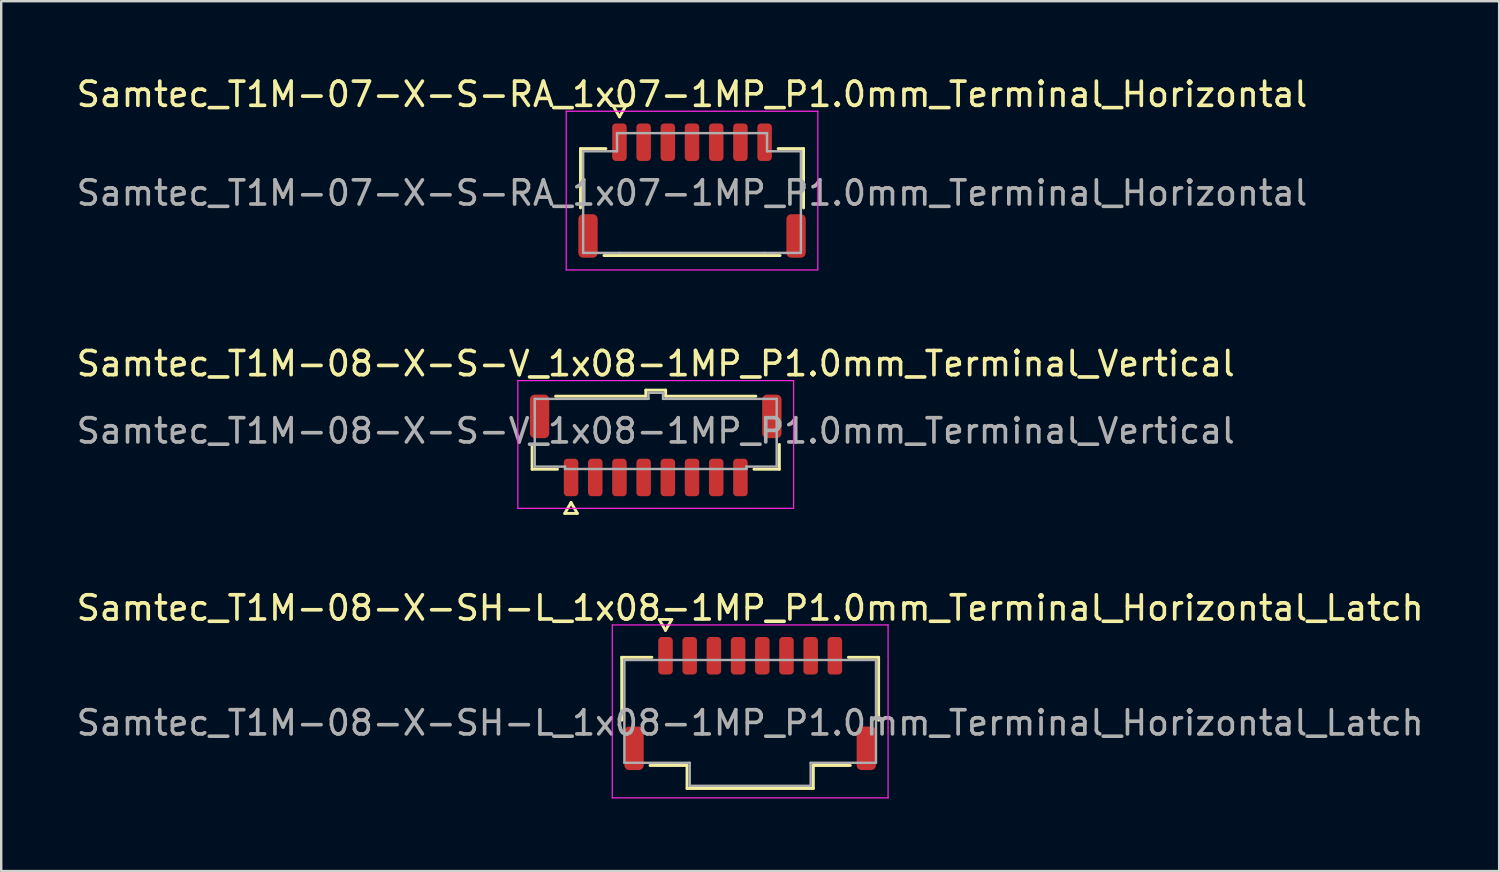
<source format=kicad_pcb>
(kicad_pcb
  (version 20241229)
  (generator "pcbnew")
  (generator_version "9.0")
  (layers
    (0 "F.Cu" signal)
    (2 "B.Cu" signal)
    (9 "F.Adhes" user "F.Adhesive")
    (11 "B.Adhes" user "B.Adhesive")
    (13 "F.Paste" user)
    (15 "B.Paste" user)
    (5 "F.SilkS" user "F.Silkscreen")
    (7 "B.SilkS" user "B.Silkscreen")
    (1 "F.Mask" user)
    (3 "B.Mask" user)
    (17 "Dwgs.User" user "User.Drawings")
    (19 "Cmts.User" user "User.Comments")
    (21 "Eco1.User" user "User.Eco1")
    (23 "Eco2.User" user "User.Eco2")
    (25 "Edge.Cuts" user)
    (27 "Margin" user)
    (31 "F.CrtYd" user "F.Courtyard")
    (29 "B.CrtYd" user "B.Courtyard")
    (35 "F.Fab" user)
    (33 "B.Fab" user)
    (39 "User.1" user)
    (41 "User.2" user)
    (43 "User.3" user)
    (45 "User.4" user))
  (footprint "Samtec_T1M-08-X-S-V_1x08-1MP_P1.0mm_Terminal_Vertical"
    (layer "F.Cu")
    (at 24.054 14.761)
    (property "Reference" "Samtec_T1M-08-X-S-V_1x08-1MP_P1.0mm_Terminal_Vertical" (at 0 -2.78 0) (layer "F.SilkS") (effects (font (size 1 1) (thickness 0.15))))
    (attr smd)
    (fp_line (start -5.11 1.585) (end -5.11 0.56) (stroke (width 0.12) (type solid)) (layer "F.SilkS"))
    (fp_line (start -4.14 -1.435) (end -0.41 -1.435) (stroke (width 0.12) (type solid)) (layer "F.SilkS"))
    (fp_line (start -4.06 1.585) (end -5.11 1.585) (stroke (width 0.12) (type solid)) (layer "F.SilkS"))
    (fp_line (start -3.76 3.41) (end -3.5 2.96) (stroke (width 0.12) (type solid)) (layer "F.SilkS"))
    (fp_line (start -3.5 2.96) (end -3.24 3.41) (stroke (width 0.12) (type solid)) (layer "F.SilkS"))
    (fp_line (start -3.24 3.41) (end -3.76 3.41) (stroke (width 0.12) (type solid)) (layer "F.SilkS"))
    (fp_line (start -0.41 -1.685) (end 0.41 -1.685) (stroke (width 0.12) (type solid)) (layer "F.SilkS"))
    (fp_line (start -0.41 -1.435) (end -0.41 -1.685) (stroke (width 0.12) (type solid)) (layer "F.SilkS"))
    (fp_line (start 0.41 -1.685) (end 0.41 -1.435) (stroke (width 0.12) (type solid)) (layer "F.SilkS"))
    (fp_line (start 0.41 -1.435) (end 4.14 -1.435) (stroke (width 0.12) (type solid)) (layer "F.SilkS"))
    (fp_line (start 5.11 0.56) (end 5.11 1.585) (stroke (width 0.12) (type solid)) (layer "F.SilkS"))
    (fp_line (start 5.11 1.585) (end 4.06 1.585) (stroke (width 0.12) (type solid)) (layer "F.SilkS"))
    (fp_line (start -5.7 -2.08) (end -5.7 3.2) (stroke (width 0.05) (type solid)) (layer "F.CrtYd"))
    (fp_line (start -5.7 3.2) (end 5.7 3.2) (stroke (width 0.05) (type solid)) (layer "F.CrtYd"))
    (fp_line (start 5.7 -2.08) (end -5.7 -2.08) (stroke (width 0.05) (type solid)) (layer "F.CrtYd"))
    (fp_line (start 5.7 3.2) (end 5.7 -2.08) (stroke (width 0.05) (type solid)) (layer "F.CrtYd"))
    (fp_line (start -5 -1.325) (end -0.3 -1.325) (stroke (width 0.1) (type solid)) (layer "F.Fab"))
    (fp_line (start -5 1.475) (end -5 -1.325) (stroke (width 0.1) (type solid)) (layer "F.Fab"))
    (fp_line (start -3.75 1.475) (end -5 1.475) (stroke (width 0.1) (type solid)) (layer "F.Fab"))
    (fp_line (start -3.75 1.575) (end -3.75 1.475) (stroke (width 0.1) (type solid)) (layer "F.Fab"))
    (fp_line (start -0.3 -1.575) (end 0.3 -1.575) (stroke (width 0.1) (type solid)) (layer "F.Fab"))
    (fp_line (start -0.3 -1.325) (end -0.3 -1.575) (stroke (width 0.1) (type solid)) (layer "F.Fab"))
    (fp_line (start 0.3 -1.575) (end 0.3 -1.325) (stroke (width 0.1) (type solid)) (layer "F.Fab"))
    (fp_line (start 0.3 -1.325) (end 5 -1.325) (stroke (width 0.1) (type solid)) (layer "F.Fab"))
    (fp_line (start 3.75 1.475) (end 3.75 1.575) (stroke (width 0.1) (type solid)) (layer "F.Fab"))
    (fp_line (start 3.75 1.575) (end -3.75 1.575) (stroke (width 0.1) (type solid)) (layer "F.Fab"))
    (fp_line (start 5 -1.325) (end 5 1.475) (stroke (width 0.1) (type solid)) (layer "F.Fab"))
    (fp_line (start 5 1.475) (end 3.75 1.475) (stroke (width 0.1) (type solid)) (layer "F.Fab"))
    (fp_text user "${REFERENCE}" (at 0 0 0) (layer "F.Fab") (effects (font (size 1 1) (thickness 0.15))))
    (pad "1" smd roundrect (at -3.5 1.925) (size 0.6 1.55) (layers "F.Cu" "F.Mask" "F.Paste") (roundrect_rratio 0.25))
    (pad "2" smd roundrect (at -2.5 1.925) (size 0.6 1.55) (layers "F.Cu" "F.Mask" "F.Paste") (roundrect_rratio 0.25))
    (pad "3" smd roundrect (at -1.5 1.925) (size 0.6 1.55) (layers "F.Cu" "F.Mask" "F.Paste") (roundrect_rratio 0.25))
    (pad "4" smd roundrect (at -0.5 1.925) (size 0.6 1.55) (layers "F.Cu" "F.Mask" "F.Paste") (roundrect_rratio 0.25))
    (pad "5" smd roundrect (at 0.5 1.925) (size 0.6 1.55) (layers "F.Cu" "F.Mask" "F.Paste") (roundrect_rratio 0.25))
    (pad "6" smd roundrect (at 1.5 1.925) (size 0.6 1.55) (layers "F.Cu" "F.Mask" "F.Paste") (roundrect_rratio 0.25))
    (pad "7" smd roundrect (at 2.5 1.925) (size 0.6 1.55) (layers "F.Cu" "F.Mask" "F.Paste") (roundrect_rratio 0.25))
    (pad "8" smd roundrect (at 3.5 1.925) (size 0.6 1.55) (layers "F.Cu" "F.Mask" "F.Paste") (roundrect_rratio 0.25))
    (pad "MP" smd roundrect (at -4.8 -0.6) (size 0.8 1.8) (layers "F.Cu" "F.Mask" "F.Paste") (roundrect_rratio 0.25))
    (pad "MP" smd roundrect (at 4.8 -0.6) (size 0.8 1.8) (layers "F.Cu" "F.Mask" "F.Paste") (roundrect_rratio 0.25)))
  (footprint "Samtec_T1M-08-X-SH-L_1x08-1MP_P1.0mm_Terminal_Horizontal_Latch"
    (layer "F.Cu")
    (at 27.958 26.83)
    (property "Reference" "Samtec_T1M-08-X-SH-L_1x08-1MP_P1.0mm_Terminal_Horizontal_Latch" (at 0 -4.75 0) (layer "F.SilkS") (effects (font (size 1 1) (thickness 0.15))))
    (attr smd)
    (fp_line (start -5.31 -2.71) (end -4.06 -2.71) (stroke (width 0.12) (type solid)) (layer "F.SilkS"))
    (fp_line (start -5.31 -0.11) (end -5.31 -2.71) (stroke (width 0.12) (type solid)) (layer "F.SilkS"))
    (fp_line (start -3.76 -4.275) (end -3.5 -3.825) (stroke (width 0.12) (type solid)) (layer "F.SilkS"))
    (fp_line (start -3.5 -3.825) (end -3.24 -4.275) (stroke (width 0.12) (type solid)) (layer "F.SilkS"))
    (fp_line (start -3.24 -4.275) (end -3.76 -4.275) (stroke (width 0.12) (type solid)) (layer "F.SilkS"))
    (fp_line (start -2.61 1.76) (end -4.14 1.76) (stroke (width 0.12) (type solid)) (layer "F.SilkS"))
    (fp_line (start -2.61 2.71) (end -2.61 1.76) (stroke (width 0.12) (type solid)) (layer "F.SilkS"))
    (fp_line (start 2.61 1.76) (end 2.61 2.71) (stroke (width 0.12) (type solid)) (layer "F.SilkS"))
    (fp_line (start 2.61 2.71) (end -2.61 2.71) (stroke (width 0.12) (type solid)) (layer "F.SilkS"))
    (fp_line (start 4.06 -2.71) (end 5.31 -2.71) (stroke (width 0.12) (type solid)) (layer "F.SilkS"))
    (fp_line (start 4.14 1.76) (end 2.61 1.76) (stroke (width 0.12) (type solid)) (layer "F.SilkS"))
    (fp_line (start 5.31 -2.71) (end 5.31 -0.11) (stroke (width 0.12) (type solid)) (layer "F.SilkS"))
    (fp_line (start -5.7 -4.05) (end -5.7 3.1) (stroke (width 0.05) (type solid)) (layer "F.CrtYd"))
    (fp_line (start -5.7 3.1) (end 5.7 3.1) (stroke (width 0.05) (type solid)) (layer "F.CrtYd"))
    (fp_line (start 5.7 -4.05) (end -5.7 -4.05) (stroke (width 0.05) (type solid)) (layer "F.CrtYd"))
    (fp_line (start 5.7 3.1) (end 5.7 -4.05) (stroke (width 0.05) (type solid)) (layer "F.CrtYd"))
    (fp_line (start -5.2 -2.6) (end 5.2 -2.6) (stroke (width 0.1) (type solid)) (layer "F.Fab"))
    (fp_line (start -5.2 1.65) (end -5.2 -2.6) (stroke (width 0.1) (type solid)) (layer "F.Fab"))
    (fp_line (start -2.5 1.65) (end -5.2 1.65) (stroke (width 0.1) (type solid)) (layer "F.Fab"))
    (fp_line (start -2.5 2.6) (end -2.5 1.65) (stroke (width 0.1) (type solid)) (layer "F.Fab"))
    (fp_line (start 2.5 1.65) (end 2.5 2.6) (stroke (width 0.1) (type solid)) (layer "F.Fab"))
    (fp_line (start 2.5 2.6) (end -2.5 2.6) (stroke (width 0.1) (type solid)) (layer "F.Fab"))
    (fp_line (start 5.2 -2.6) (end 5.2 1.65) (stroke (width 0.1) (type solid)) (layer "F.Fab"))
    (fp_line (start 5.2 1.65) (end 2.5 1.65) (stroke (width 0.1) (type solid)) (layer "F.Fab"))
    (fp_text user "${REFERENCE}" (at 0 0 0) (layer "F.Fab") (effects (font (size 1 1) (thickness 0.15))))
    (pad "1" smd roundrect (at -3.5 -2.775) (size 0.6 1.55) (layers "F.Cu" "F.Mask" "F.Paste") (roundrect_rratio 0.25))
    (pad "2" smd roundrect (at -2.5 -2.775) (size 0.6 1.55) (layers "F.Cu" "F.Mask" "F.Paste") (roundrect_rratio 0.25))
    (pad "3" smd roundrect (at -1.5 -2.775) (size 0.6 1.55) (layers "F.Cu" "F.Mask" "F.Paste") (roundrect_rratio 0.25))
    (pad "4" smd roundrect (at -0.5 -2.775) (size 0.6 1.55) (layers "F.Cu" "F.Mask" "F.Paste") (roundrect_rratio 0.25))
    (pad "5" smd roundrect (at 0.5 -2.775) (size 0.6 1.55) (layers "F.Cu" "F.Mask" "F.Paste") (roundrect_rratio 0.25))
    (pad "6" smd roundrect (at 1.5 -2.775) (size 0.6 1.55) (layers "F.Cu" "F.Mask" "F.Paste") (roundrect_rratio 0.25))
    (pad "7" smd roundrect (at 2.5 -2.775) (size 0.6 1.55) (layers "F.Cu" "F.Mask" "F.Paste") (roundrect_rratio 0.25))
    (pad "8" smd roundrect (at 3.5 -2.775) (size 0.6 1.55) (layers "F.Cu" "F.Mask" "F.Paste") (roundrect_rratio 0.25))
    (pad "MP" smd roundrect (at -4.8 1.05) (size 0.8 1.8) (layers "F.Cu" "F.Mask" "F.Paste") (roundrect_rratio 0.25))
    (pad "MP" smd roundrect (at 4.8 1.05) (size 0.8 1.8) (layers "F.Cu" "F.Mask" "F.Paste") (roundrect_rratio 0.25)))
  (footprint "Samtec_T1M-07-X-S-RA_1x07-1MP_P1.0mm_Terminal_Horizontal"
    (layer "F.Cu")
    (at 25.554 4.928)
    (property "Reference" "Samtec_T1M-07-X-S-RA_1x07-1MP_P1.0mm_Terminal_Horizontal" (at 0 -4.08 0) (layer "F.SilkS") (effects (font (size 1 1) (thickness 0.15))))
    (attr smd)
    (fp_line (start -4.61 -1.835) (end -3.56 -1.835) (stroke (width 0.12) (type solid)) (layer "F.SilkS"))
    (fp_line (start -4.61 0.615) (end -4.61 -1.835) (stroke (width 0.12) (type solid)) (layer "F.SilkS"))
    (fp_line (start -3.26 -3.6) (end -3 -3.15) (stroke (width 0.12) (type solid)) (layer "F.SilkS"))
    (fp_line (start -3 -3.15) (end -2.74 -3.6) (stroke (width 0.12) (type solid)) (layer "F.SilkS"))
    (fp_line (start -3 2.585) (end -3.64 2.585) (stroke (width 0.12) (type solid)) (layer "F.SilkS"))
    (fp_line (start -2.74 -3.6) (end -3.26 -3.6) (stroke (width 0.12) (type solid)) (layer "F.SilkS"))
    (fp_line (start 3 2.585) (end -3 2.585) (stroke (width 0.12) (type solid)) (layer "F.SilkS"))
    (fp_line (start 3.56 -1.835) (end 4.61 -1.835) (stroke (width 0.12) (type solid)) (layer "F.SilkS"))
    (fp_line (start 3.64 2.585) (end 3 2.585) (stroke (width 0.12) (type solid)) (layer "F.SilkS"))
    (fp_line (start 4.61 -1.835) (end 4.61 0.615) (stroke (width 0.12) (type solid)) (layer "F.SilkS"))
    (fp_line (start -5.2 -3.38) (end -5.2 3.18) (stroke (width 0.05) (type solid)) (layer "F.CrtYd"))
    (fp_line (start -5.2 3.18) (end 5.2 3.18) (stroke (width 0.05) (type solid)) (layer "F.CrtYd"))
    (fp_line (start 5.2 -3.38) (end -5.2 -3.38) (stroke (width 0.05) (type solid)) (layer "F.CrtYd"))
    (fp_line (start 5.2 3.18) (end 5.2 -3.38) (stroke (width 0.05) (type solid)) (layer "F.CrtYd"))
    (fp_line (start -4.5 -1.725) (end -3.1 -1.725) (stroke (width 0.1) (type solid)) (layer "F.Fab"))
    (fp_line (start -4.5 2.475) (end -4.5 -1.725) (stroke (width 0.1) (type solid)) (layer "F.Fab"))
    (fp_line (start -3.1 -2.475) (end -3 -2.475) (stroke (width 0.1) (type solid)) (layer "F.Fab"))
    (fp_line (start -3.1 -1.725) (end -3.1 -2.475) (stroke (width 0.1) (type solid)) (layer "F.Fab"))
    (fp_line (start -3 -2.475) (end 3 -2.475) (stroke (width 0.1) (type solid)) (layer "F.Fab"))
    (fp_line (start -3 2.475) (end -4.5 2.475) (stroke (width 0.1) (type solid)) (layer "F.Fab"))
    (fp_line (start 3 -2.475) (end 3.1 -2.475) (stroke (width 0.1) (type solid)) (layer "F.Fab"))
    (fp_line (start 3 2.475) (end -3 2.475) (stroke (width 0.1) (type solid)) (layer "F.Fab"))
    (fp_line (start 3.1 -2.475) (end 3.1 -1.725) (stroke (width 0.1) (type solid)) (layer "F.Fab"))
    (fp_line (start 3.1 -1.725) (end 4.5 -1.725) (stroke (width 0.1) (type solid)) (layer "F.Fab"))
    (fp_line (start 4.5 -1.725) (end 4.5 2.475) (stroke (width 0.1) (type solid)) (layer "F.Fab"))
    (fp_line (start 4.5 2.475) (end 3 2.475) (stroke (width 0.1) (type solid)) (layer "F.Fab"))
    (fp_text user "${REFERENCE}" (at 0 0 0) (layer "F.Fab") (effects (font (size 1 1) (thickness 0.15))))
    (pad "1" smd roundrect (at -3 -2.1) (size 0.6 1.55) (layers "F.Cu" "F.Mask" "F.Paste") (roundrect_rratio 0.25))
    (pad "2" smd roundrect (at -2 -2.1) (size 0.6 1.55) (layers "F.Cu" "F.Mask" "F.Paste") (roundrect_rratio 0.25))
    (pad "3" smd roundrect (at -1 -2.1) (size 0.6 1.55) (layers "F.Cu" "F.Mask" "F.Paste") (roundrect_rratio 0.25))
    (pad "4" smd roundrect (at 0 -2.1) (size 0.6 1.55) (layers "F.Cu" "F.Mask" "F.Paste") (roundrect_rratio 0.25))
    (pad "5" smd roundrect (at 1 -2.1) (size 0.6 1.55) (layers "F.Cu" "F.Mask" "F.Paste") (roundrect_rratio 0.25))
    (pad "6" smd roundrect (at 2 -2.1) (size 0.6 1.55) (layers "F.Cu" "F.Mask" "F.Paste") (roundrect_rratio 0.25))
    (pad "7" smd roundrect (at 3 -2.1) (size 0.6 1.55) (layers "F.Cu" "F.Mask" "F.Paste") (roundrect_rratio 0.25))
    (pad "MP" smd roundrect (at -4.3 1.775) (size 0.8 1.8) (layers "F.Cu" "F.Mask" "F.Paste") (roundrect_rratio 0.25))
    (pad "MP" smd roundrect (at 4.3 1.775) (size 0.8 1.8) (layers "F.Cu" "F.Mask" "F.Paste") (roundrect_rratio 0.25)))
  (gr_rect
    (start -3 -3)
    (end 58.917 32.955)
    (stroke (width 0.1) (type default))
    (fill no)
    (layer "Edge.Cuts")))
</source>
